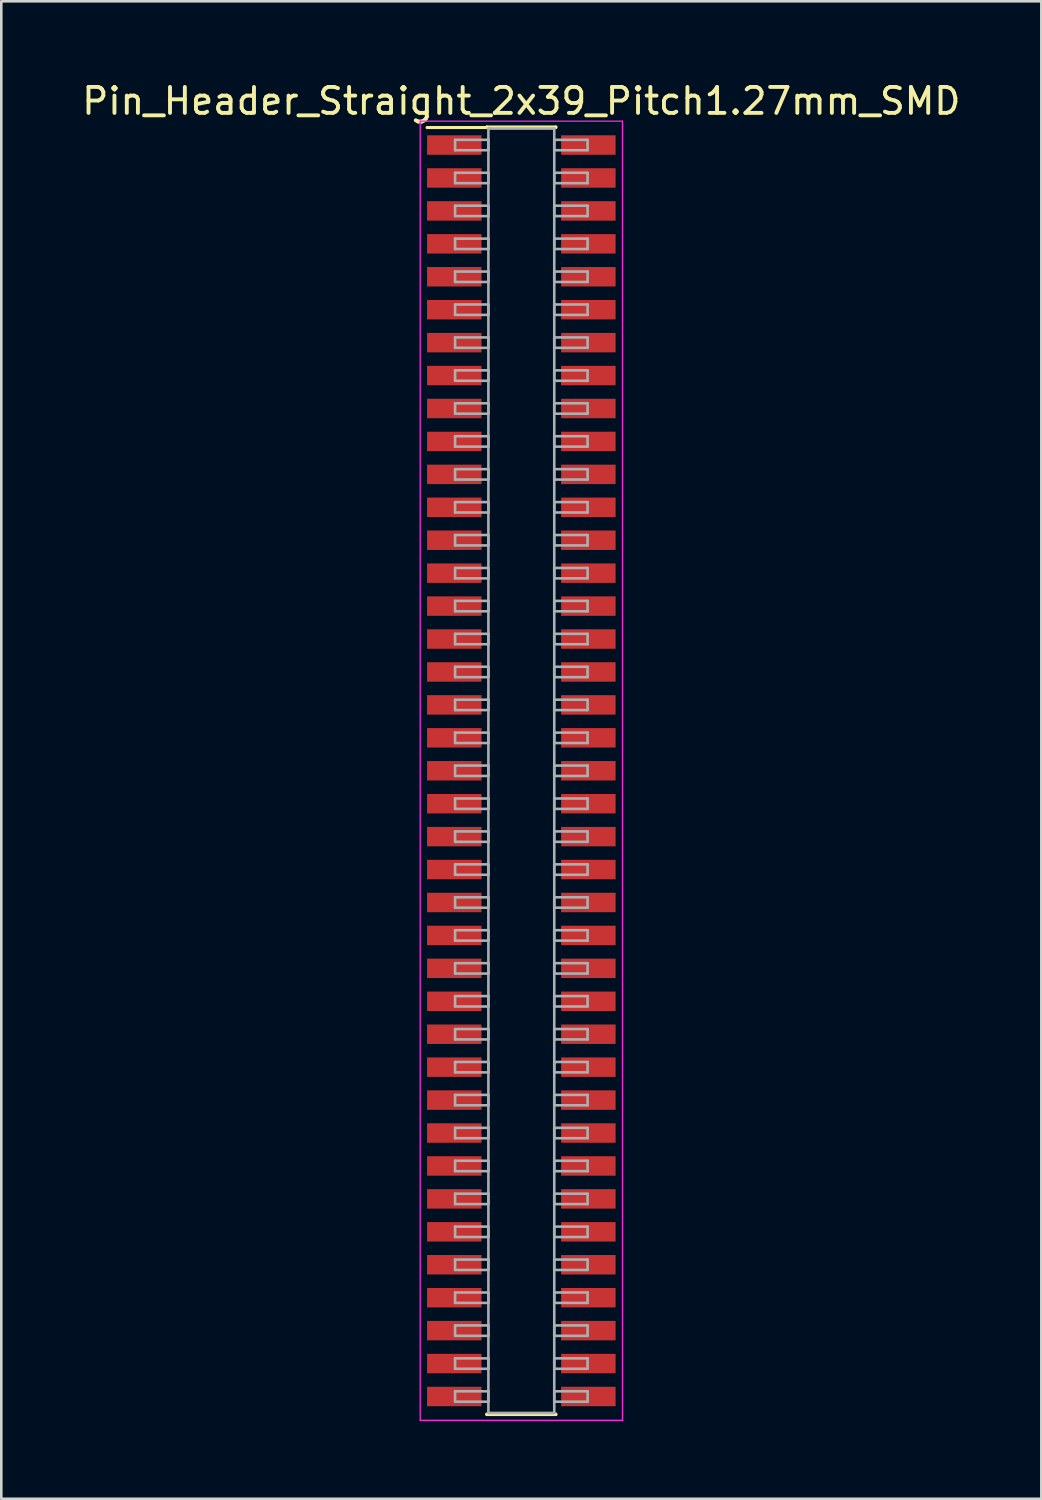
<source format=kicad_pcb>
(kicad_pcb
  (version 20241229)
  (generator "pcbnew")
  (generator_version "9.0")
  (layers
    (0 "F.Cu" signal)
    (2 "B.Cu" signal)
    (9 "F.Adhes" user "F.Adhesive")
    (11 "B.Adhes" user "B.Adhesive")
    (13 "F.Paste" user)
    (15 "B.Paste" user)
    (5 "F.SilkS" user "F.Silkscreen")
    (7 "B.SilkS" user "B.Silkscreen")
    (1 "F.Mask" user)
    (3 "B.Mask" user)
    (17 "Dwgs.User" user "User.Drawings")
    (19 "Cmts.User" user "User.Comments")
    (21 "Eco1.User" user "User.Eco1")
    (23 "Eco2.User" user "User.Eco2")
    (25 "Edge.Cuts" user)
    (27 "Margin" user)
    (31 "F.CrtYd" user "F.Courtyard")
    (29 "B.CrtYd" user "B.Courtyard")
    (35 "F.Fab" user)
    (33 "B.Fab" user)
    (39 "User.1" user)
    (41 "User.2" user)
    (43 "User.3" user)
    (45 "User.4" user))
  (footprint "Pin_Header_Straight_2x39_Pitch1.27mm_SMD"
    (layer "F.Cu")
    (at 17.054 26.673)
    (property "Reference" "Pin_Header_Straight_2x39_Pitch1.27mm_SMD" (at 0 -25.825 0) (layer "F.SilkS") (effects (font (size 1 1) (thickness 0.15))))
    (attr smd)
    (fp_line (start -3.635 -24.805) (end -1.33 -24.805) (stroke (width 0.12) (type solid)) (layer "F.SilkS"))
    (fp_line (start -1.33 -24.825) (end 1.33 -24.825) (stroke (width 0.12) (type solid)) (layer "F.SilkS"))
    (fp_line (start -1.33 -24.805) (end -1.33 -24.825) (stroke (width 0.12) (type solid)) (layer "F.SilkS"))
    (fp_line (start -1.33 24.805) (end -1.33 24.825) (stroke (width 0.12) (type solid)) (layer "F.SilkS"))
    (fp_line (start -1.33 24.825) (end 1.33 24.825) (stroke (width 0.12) (type solid)) (layer "F.SilkS"))
    (fp_line (start 1.33 -24.825) (end 1.33 -24.805) (stroke (width 0.12) (type solid)) (layer "F.SilkS"))
    (fp_line (start 1.33 24.825) (end 1.33 24.805) (stroke (width 0.12) (type solid)) (layer "F.SilkS"))
    (fp_line (start -3.9 -25.05) (end -3.9 25.05) (stroke (width 0.05) (type solid)) (layer "F.CrtYd"))
    (fp_line (start -3.9 25.05) (end 3.9 25.05) (stroke (width 0.05) (type solid)) (layer "F.CrtYd"))
    (fp_line (start 3.9 -25.05) (end -3.9 -25.05) (stroke (width 0.05) (type solid)) (layer "F.CrtYd"))
    (fp_line (start 3.9 25.05) (end 3.9 -25.05) (stroke (width 0.05) (type solid)) (layer "F.CrtYd"))
    (fp_line (start -2.555 -24.33) (end -1.27 -24.33) (stroke (width 0.1) (type solid)) (layer "F.Fab"))
    (fp_line (start -2.555 -23.93) (end -2.555 -24.33) (stroke (width 0.1) (type solid)) (layer "F.Fab"))
    (fp_line (start -2.555 -23.06) (end -1.27 -23.06) (stroke (width 0.1) (type solid)) (layer "F.Fab"))
    (fp_line (start -2.555 -22.66) (end -2.555 -23.06) (stroke (width 0.1) (type solid)) (layer "F.Fab"))
    (fp_line (start -2.555 -21.79) (end -1.27 -21.79) (stroke (width 0.1) (type solid)) (layer "F.Fab"))
    (fp_line (start -2.555 -21.39) (end -2.555 -21.79) (stroke (width 0.1) (type solid)) (layer "F.Fab"))
    (fp_line (start -2.555 -20.52) (end -1.27 -20.52) (stroke (width 0.1) (type solid)) (layer "F.Fab"))
    (fp_line (start -2.555 -20.12) (end -2.555 -20.52) (stroke (width 0.1) (type solid)) (layer "F.Fab"))
    (fp_line (start -2.555 -19.25) (end -1.27 -19.25) (stroke (width 0.1) (type solid)) (layer "F.Fab"))
    (fp_line (start -2.555 -18.85) (end -2.555 -19.25) (stroke (width 0.1) (type solid)) (layer "F.Fab"))
    (fp_line (start -2.555 -17.98) (end -1.27 -17.98) (stroke (width 0.1) (type solid)) (layer "F.Fab"))
    (fp_line (start -2.555 -17.58) (end -2.555 -17.98) (stroke (width 0.1) (type solid)) (layer "F.Fab"))
    (fp_line (start -2.555 -16.71) (end -1.27 -16.71) (stroke (width 0.1) (type solid)) (layer "F.Fab"))
    (fp_line (start -2.555 -16.31) (end -2.555 -16.71) (stroke (width 0.1) (type solid)) (layer "F.Fab"))
    (fp_line (start -2.555 -15.44) (end -1.27 -15.44) (stroke (width 0.1) (type solid)) (layer "F.Fab"))
    (fp_line (start -2.555 -15.04) (end -2.555 -15.44) (stroke (width 0.1) (type solid)) (layer "F.Fab"))
    (fp_line (start -2.555 -14.17) (end -1.27 -14.17) (stroke (width 0.1) (type solid)) (layer "F.Fab"))
    (fp_line (start -2.555 -13.77) (end -2.555 -14.17) (stroke (width 0.1) (type solid)) (layer "F.Fab"))
    (fp_line (start -2.555 -12.9) (end -1.27 -12.9) (stroke (width 0.1) (type solid)) (layer "F.Fab"))
    (fp_line (start -2.555 -12.5) (end -2.555 -12.9) (stroke (width 0.1) (type solid)) (layer "F.Fab"))
    (fp_line (start -2.555 -11.63) (end -1.27 -11.63) (stroke (width 0.1) (type solid)) (layer "F.Fab"))
    (fp_line (start -2.555 -11.23) (end -2.555 -11.63) (stroke (width 0.1) (type solid)) (layer "F.Fab"))
    (fp_line (start -2.555 -10.36) (end -1.27 -10.36) (stroke (width 0.1) (type solid)) (layer "F.Fab"))
    (fp_line (start -2.555 -9.96) (end -2.555 -10.36) (stroke (width 0.1) (type solid)) (layer "F.Fab"))
    (fp_line (start -2.555 -9.09) (end -1.27 -9.09) (stroke (width 0.1) (type solid)) (layer "F.Fab"))
    (fp_line (start -2.555 -8.69) (end -2.555 -9.09) (stroke (width 0.1) (type solid)) (layer "F.Fab"))
    (fp_line (start -2.555 -7.82) (end -1.27 -7.82) (stroke (width 0.1) (type solid)) (layer "F.Fab"))
    (fp_line (start -2.555 -7.42) (end -2.555 -7.82) (stroke (width 0.1) (type solid)) (layer "F.Fab"))
    (fp_line (start -2.555 -6.55) (end -1.27 -6.55) (stroke (width 0.1) (type solid)) (layer "F.Fab"))
    (fp_line (start -2.555 -6.15) (end -2.555 -6.55) (stroke (width 0.1) (type solid)) (layer "F.Fab"))
    (fp_line (start -2.555 -5.28) (end -1.27 -5.28) (stroke (width 0.1) (type solid)) (layer "F.Fab"))
    (fp_line (start -2.555 -4.88) (end -2.555 -5.28) (stroke (width 0.1) (type solid)) (layer "F.Fab"))
    (fp_line (start -2.555 -4.01) (end -1.27 -4.01) (stroke (width 0.1) (type solid)) (layer "F.Fab"))
    (fp_line (start -2.555 -3.61) (end -2.555 -4.01) (stroke (width 0.1) (type solid)) (layer "F.Fab"))
    (fp_line (start -2.555 -2.74) (end -1.27 -2.74) (stroke (width 0.1) (type solid)) (layer "F.Fab"))
    (fp_line (start -2.555 -2.34) (end -2.555 -2.74) (stroke (width 0.1) (type solid)) (layer "F.Fab"))
    (fp_line (start -2.555 -1.47) (end -1.27 -1.47) (stroke (width 0.1) (type solid)) (layer "F.Fab"))
    (fp_line (start -2.555 -1.07) (end -2.555 -1.47) (stroke (width 0.1) (type solid)) (layer "F.Fab"))
    (fp_line (start -2.555 -0.2) (end -1.27 -0.2) (stroke (width 0.1) (type solid)) (layer "F.Fab"))
    (fp_line (start -2.555 0.2) (end -2.555 -0.2) (stroke (width 0.1) (type solid)) (layer "F.Fab"))
    (fp_line (start -2.555 1.07) (end -1.27 1.07) (stroke (width 0.1) (type solid)) (layer "F.Fab"))
    (fp_line (start -2.555 1.47) (end -2.555 1.07) (stroke (width 0.1) (type solid)) (layer "F.Fab"))
    (fp_line (start -2.555 2.34) (end -1.27 2.34) (stroke (width 0.1) (type solid)) (layer "F.Fab"))
    (fp_line (start -2.555 2.74) (end -2.555 2.34) (stroke (width 0.1) (type solid)) (layer "F.Fab"))
    (fp_line (start -2.555 3.61) (end -1.27 3.61) (stroke (width 0.1) (type solid)) (layer "F.Fab"))
    (fp_line (start -2.555 4.01) (end -2.555 3.61) (stroke (width 0.1) (type solid)) (layer "F.Fab"))
    (fp_line (start -2.555 4.88) (end -1.27 4.88) (stroke (width 0.1) (type solid)) (layer "F.Fab"))
    (fp_line (start -2.555 5.28) (end -2.555 4.88) (stroke (width 0.1) (type solid)) (layer "F.Fab"))
    (fp_line (start -2.555 6.15) (end -1.27 6.15) (stroke (width 0.1) (type solid)) (layer "F.Fab"))
    (fp_line (start -2.555 6.55) (end -2.555 6.15) (stroke (width 0.1) (type solid)) (layer "F.Fab"))
    (fp_line (start -2.555 7.42) (end -1.27 7.42) (stroke (width 0.1) (type solid)) (layer "F.Fab"))
    (fp_line (start -2.555 7.82) (end -2.555 7.42) (stroke (width 0.1) (type solid)) (layer "F.Fab"))
    (fp_line (start -2.555 8.69) (end -1.27 8.69) (stroke (width 0.1) (type solid)) (layer "F.Fab"))
    (fp_line (start -2.555 9.09) (end -2.555 8.69) (stroke (width 0.1) (type solid)) (layer "F.Fab"))
    (fp_line (start -2.555 9.96) (end -1.27 9.96) (stroke (width 0.1) (type solid)) (layer "F.Fab"))
    (fp_line (start -2.555 10.36) (end -2.555 9.96) (stroke (width 0.1) (type solid)) (layer "F.Fab"))
    (fp_line (start -2.555 11.23) (end -1.27 11.23) (stroke (width 0.1) (type solid)) (layer "F.Fab"))
    (fp_line (start -2.555 11.63) (end -2.555 11.23) (stroke (width 0.1) (type solid)) (layer "F.Fab"))
    (fp_line (start -2.555 12.5) (end -1.27 12.5) (stroke (width 0.1) (type solid)) (layer "F.Fab"))
    (fp_line (start -2.555 12.9) (end -2.555 12.5) (stroke (width 0.1) (type solid)) (layer "F.Fab"))
    (fp_line (start -2.555 13.77) (end -1.27 13.77) (stroke (width 0.1) (type solid)) (layer "F.Fab"))
    (fp_line (start -2.555 14.17) (end -2.555 13.77) (stroke (width 0.1) (type solid)) (layer "F.Fab"))
    (fp_line (start -2.555 15.04) (end -1.27 15.04) (stroke (width 0.1) (type solid)) (layer "F.Fab"))
    (fp_line (start -2.555 15.44) (end -2.555 15.04) (stroke (width 0.1) (type solid)) (layer "F.Fab"))
    (fp_line (start -2.555 16.31) (end -1.27 16.31) (stroke (width 0.1) (type solid)) (layer "F.Fab"))
    (fp_line (start -2.555 16.71) (end -2.555 16.31) (stroke (width 0.1) (type solid)) (layer "F.Fab"))
    (fp_line (start -2.555 17.58) (end -1.27 17.58) (stroke (width 0.1) (type solid)) (layer "F.Fab"))
    (fp_line (start -2.555 17.98) (end -2.555 17.58) (stroke (width 0.1) (type solid)) (layer "F.Fab"))
    (fp_line (start -2.555 18.85) (end -1.27 18.85) (stroke (width 0.1) (type solid)) (layer "F.Fab"))
    (fp_line (start -2.555 19.25) (end -2.555 18.85) (stroke (width 0.1) (type solid)) (layer "F.Fab"))
    (fp_line (start -2.555 20.12) (end -1.27 20.12) (stroke (width 0.1) (type solid)) (layer "F.Fab"))
    (fp_line (start -2.555 20.52) (end -2.555 20.12) (stroke (width 0.1) (type solid)) (layer "F.Fab"))
    (fp_line (start -2.555 21.39) (end -1.27 21.39) (stroke (width 0.1) (type solid)) (layer "F.Fab"))
    (fp_line (start -2.555 21.79) (end -2.555 21.39) (stroke (width 0.1) (type solid)) (layer "F.Fab"))
    (fp_line (start -2.555 22.66) (end -1.27 22.66) (stroke (width 0.1) (type solid)) (layer "F.Fab"))
    (fp_line (start -2.555 23.06) (end -2.555 22.66) (stroke (width 0.1) (type solid)) (layer "F.Fab"))
    (fp_line (start -2.555 23.93) (end -1.27 23.93) (stroke (width 0.1) (type solid)) (layer "F.Fab"))
    (fp_line (start -2.555 24.33) (end -2.555 23.93) (stroke (width 0.1) (type solid)) (layer "F.Fab"))
    (fp_line (start -1.27 -24.765) (end -1.27 24.765) (stroke (width 0.1) (type solid)) (layer "F.Fab"))
    (fp_line (start -1.27 -24.33) (end -1.27 -23.93) (stroke (width 0.1) (type solid)) (layer "F.Fab"))
    (fp_line (start -1.27 -23.93) (end -2.555 -23.93) (stroke (width 0.1) (type solid)) (layer "F.Fab"))
    (fp_line (start -1.27 -23.06) (end -1.27 -22.66) (stroke (width 0.1) (type solid)) (layer "F.Fab"))
    (fp_line (start -1.27 -22.66) (end -2.555 -22.66) (stroke (width 0.1) (type solid)) (layer "F.Fab"))
    (fp_line (start -1.27 -21.79) (end -1.27 -21.39) (stroke (width 0.1) (type solid)) (layer "F.Fab"))
    (fp_line (start -1.27 -21.39) (end -2.555 -21.39) (stroke (width 0.1) (type solid)) (layer "F.Fab"))
    (fp_line (start -1.27 -20.52) (end -1.27 -20.12) (stroke (width 0.1) (type solid)) (layer "F.Fab"))
    (fp_line (start -1.27 -20.12) (end -2.555 -20.12) (stroke (width 0.1) (type solid)) (layer "F.Fab"))
    (fp_line (start -1.27 -19.25) (end -1.27 -18.85) (stroke (width 0.1) (type solid)) (layer "F.Fab"))
    (fp_line (start -1.27 -18.85) (end -2.555 -18.85) (stroke (width 0.1) (type solid)) (layer "F.Fab"))
    (fp_line (start -1.27 -17.98) (end -1.27 -17.58) (stroke (width 0.1) (type solid)) (layer "F.Fab"))
    (fp_line (start -1.27 -17.58) (end -2.555 -17.58) (stroke (width 0.1) (type solid)) (layer "F.Fab"))
    (fp_line (start -1.27 -16.71) (end -1.27 -16.31) (stroke (width 0.1) (type solid)) (layer "F.Fab"))
    (fp_line (start -1.27 -16.31) (end -2.555 -16.31) (stroke (width 0.1) (type solid)) (layer "F.Fab"))
    (fp_line (start -1.27 -15.44) (end -1.27 -15.04) (stroke (width 0.1) (type solid)) (layer "F.Fab"))
    (fp_line (start -1.27 -15.04) (end -2.555 -15.04) (stroke (width 0.1) (type solid)) (layer "F.Fab"))
    (fp_line (start -1.27 -14.17) (end -1.27 -13.77) (stroke (width 0.1) (type solid)) (layer "F.Fab"))
    (fp_line (start -1.27 -13.77) (end -2.555 -13.77) (stroke (width 0.1) (type solid)) (layer "F.Fab"))
    (fp_line (start -1.27 -12.9) (end -1.27 -12.5) (stroke (width 0.1) (type solid)) (layer "F.Fab"))
    (fp_line (start -1.27 -12.5) (end -2.555 -12.5) (stroke (width 0.1) (type solid)) (layer "F.Fab"))
    (fp_line (start -1.27 -11.63) (end -1.27 -11.23) (stroke (width 0.1) (type solid)) (layer "F.Fab"))
    (fp_line (start -1.27 -11.23) (end -2.555 -11.23) (stroke (width 0.1) (type solid)) (layer "F.Fab"))
    (fp_line (start -1.27 -10.36) (end -1.27 -9.96) (stroke (width 0.1) (type solid)) (layer "F.Fab"))
    (fp_line (start -1.27 -9.96) (end -2.555 -9.96) (stroke (width 0.1) (type solid)) (layer "F.Fab"))
    (fp_line (start -1.27 -9.09) (end -1.27 -8.69) (stroke (width 0.1) (type solid)) (layer "F.Fab"))
    (fp_line (start -1.27 -8.69) (end -2.555 -8.69) (stroke (width 0.1) (type solid)) (layer "F.Fab"))
    (fp_line (start -1.27 -7.82) (end -1.27 -7.42) (stroke (width 0.1) (type solid)) (layer "F.Fab"))
    (fp_line (start -1.27 -7.42) (end -2.555 -7.42) (stroke (width 0.1) (type solid)) (layer "F.Fab"))
    (fp_line (start -1.27 -6.55) (end -1.27 -6.15) (stroke (width 0.1) (type solid)) (layer "F.Fab"))
    (fp_line (start -1.27 -6.15) (end -2.555 -6.15) (stroke (width 0.1) (type solid)) (layer "F.Fab"))
    (fp_line (start -1.27 -5.28) (end -1.27 -4.88) (stroke (width 0.1) (type solid)) (layer "F.Fab"))
    (fp_line (start -1.27 -4.88) (end -2.555 -4.88) (stroke (width 0.1) (type solid)) (layer "F.Fab"))
    (fp_line (start -1.27 -4.01) (end -1.27 -3.61) (stroke (width 0.1) (type solid)) (layer "F.Fab"))
    (fp_line (start -1.27 -3.61) (end -2.555 -3.61) (stroke (width 0.1) (type solid)) (layer "F.Fab"))
    (fp_line (start -1.27 -2.74) (end -1.27 -2.34) (stroke (width 0.1) (type solid)) (layer "F.Fab"))
    (fp_line (start -1.27 -2.34) (end -2.555 -2.34) (stroke (width 0.1) (type solid)) (layer "F.Fab"))
    (fp_line (start -1.27 -1.47) (end -1.27 -1.07) (stroke (width 0.1) (type solid)) (layer "F.Fab"))
    (fp_line (start -1.27 -1.07) (end -2.555 -1.07) (stroke (width 0.1) (type solid)) (layer "F.Fab"))
    (fp_line (start -1.27 -0.2) (end -1.27 0.2) (stroke (width 0.1) (type solid)) (layer "F.Fab"))
    (fp_line (start -1.27 0.2) (end -2.555 0.2) (stroke (width 0.1) (type solid)) (layer "F.Fab"))
    (fp_line (start -1.27 1.07) (end -1.27 1.47) (stroke (width 0.1) (type solid)) (layer "F.Fab"))
    (fp_line (start -1.27 1.47) (end -2.555 1.47) (stroke (width 0.1) (type solid)) (layer "F.Fab"))
    (fp_line (start -1.27 2.34) (end -1.27 2.74) (stroke (width 0.1) (type solid)) (layer "F.Fab"))
    (fp_line (start -1.27 2.74) (end -2.555 2.74) (stroke (width 0.1) (type solid)) (layer "F.Fab"))
    (fp_line (start -1.27 3.61) (end -1.27 4.01) (stroke (width 0.1) (type solid)) (layer "F.Fab"))
    (fp_line (start -1.27 4.01) (end -2.555 4.01) (stroke (width 0.1) (type solid)) (layer "F.Fab"))
    (fp_line (start -1.27 4.88) (end -1.27 5.28) (stroke (width 0.1) (type solid)) (layer "F.Fab"))
    (fp_line (start -1.27 5.28) (end -2.555 5.28) (stroke (width 0.1) (type solid)) (layer "F.Fab"))
    (fp_line (start -1.27 6.15) (end -1.27 6.55) (stroke (width 0.1) (type solid)) (layer "F.Fab"))
    (fp_line (start -1.27 6.55) (end -2.555 6.55) (stroke (width 0.1) (type solid)) (layer "F.Fab"))
    (fp_line (start -1.27 7.42) (end -1.27 7.82) (stroke (width 0.1) (type solid)) (layer "F.Fab"))
    (fp_line (start -1.27 7.82) (end -2.555 7.82) (stroke (width 0.1) (type solid)) (layer "F.Fab"))
    (fp_line (start -1.27 8.69) (end -1.27 9.09) (stroke (width 0.1) (type solid)) (layer "F.Fab"))
    (fp_line (start -1.27 9.09) (end -2.555 9.09) (stroke (width 0.1) (type solid)) (layer "F.Fab"))
    (fp_line (start -1.27 9.96) (end -1.27 10.36) (stroke (width 0.1) (type solid)) (layer "F.Fab"))
    (fp_line (start -1.27 10.36) (end -2.555 10.36) (stroke (width 0.1) (type solid)) (layer "F.Fab"))
    (fp_line (start -1.27 11.23) (end -1.27 11.63) (stroke (width 0.1) (type solid)) (layer "F.Fab"))
    (fp_line (start -1.27 11.63) (end -2.555 11.63) (stroke (width 0.1) (type solid)) (layer "F.Fab"))
    (fp_line (start -1.27 12.5) (end -1.27 12.9) (stroke (width 0.1) (type solid)) (layer "F.Fab"))
    (fp_line (start -1.27 12.9) (end -2.555 12.9) (stroke (width 0.1) (type solid)) (layer "F.Fab"))
    (fp_line (start -1.27 13.77) (end -1.27 14.17) (stroke (width 0.1) (type solid)) (layer "F.Fab"))
    (fp_line (start -1.27 14.17) (end -2.555 14.17) (stroke (width 0.1) (type solid)) (layer "F.Fab"))
    (fp_line (start -1.27 15.04) (end -1.27 15.44) (stroke (width 0.1) (type solid)) (layer "F.Fab"))
    (fp_line (start -1.27 15.44) (end -2.555 15.44) (stroke (width 0.1) (type solid)) (layer "F.Fab"))
    (fp_line (start -1.27 16.31) (end -1.27 16.71) (stroke (width 0.1) (type solid)) (layer "F.Fab"))
    (fp_line (start -1.27 16.71) (end -2.555 16.71) (stroke (width 0.1) (type solid)) (layer "F.Fab"))
    (fp_line (start -1.27 17.58) (end -1.27 17.98) (stroke (width 0.1) (type solid)) (layer "F.Fab"))
    (fp_line (start -1.27 17.98) (end -2.555 17.98) (stroke (width 0.1) (type solid)) (layer "F.Fab"))
    (fp_line (start -1.27 18.85) (end -1.27 19.25) (stroke (width 0.1) (type solid)) (layer "F.Fab"))
    (fp_line (start -1.27 19.25) (end -2.555 19.25) (stroke (width 0.1) (type solid)) (layer "F.Fab"))
    (fp_line (start -1.27 20.12) (end -1.27 20.52) (stroke (width 0.1) (type solid)) (layer "F.Fab"))
    (fp_line (start -1.27 20.52) (end -2.555 20.52) (stroke (width 0.1) (type solid)) (layer "F.Fab"))
    (fp_line (start -1.27 21.39) (end -1.27 21.79) (stroke (width 0.1) (type solid)) (layer "F.Fab"))
    (fp_line (start -1.27 21.79) (end -2.555 21.79) (stroke (width 0.1) (type solid)) (layer "F.Fab"))
    (fp_line (start -1.27 22.66) (end -1.27 23.06) (stroke (width 0.1) (type solid)) (layer "F.Fab"))
    (fp_line (start -1.27 23.06) (end -2.555 23.06) (stroke (width 0.1) (type solid)) (layer "F.Fab"))
    (fp_line (start -1.27 23.93) (end -1.27 24.33) (stroke (width 0.1) (type solid)) (layer "F.Fab"))
    (fp_line (start -1.27 24.33) (end -2.555 24.33) (stroke (width 0.1) (type solid)) (layer "F.Fab"))
    (fp_line (start -1.27 24.765) (end 1.27 24.765) (stroke (width 0.1) (type solid)) (layer "F.Fab"))
    (fp_line (start 1.27 -24.765) (end -1.27 -24.765) (stroke (width 0.1) (type solid)) (layer "F.Fab"))
    (fp_line (start 1.27 -24.33) (end 1.27 -23.93) (stroke (width 0.1) (type solid)) (layer "F.Fab"))
    (fp_line (start 1.27 -23.93) (end 2.555 -23.93) (stroke (width 0.1) (type solid)) (layer "F.Fab"))
    (fp_line (start 1.27 -23.06) (end 1.27 -22.66) (stroke (width 0.1) (type solid)) (layer "F.Fab"))
    (fp_line (start 1.27 -22.66) (end 2.555 -22.66) (stroke (width 0.1) (type solid)) (layer "F.Fab"))
    (fp_line (start 1.27 -21.79) (end 1.27 -21.39) (stroke (width 0.1) (type solid)) (layer "F.Fab"))
    (fp_line (start 1.27 -21.39) (end 2.555 -21.39) (stroke (width 0.1) (type solid)) (layer "F.Fab"))
    (fp_line (start 1.27 -20.52) (end 1.27 -20.12) (stroke (width 0.1) (type solid)) (layer "F.Fab"))
    (fp_line (start 1.27 -20.12) (end 2.555 -20.12) (stroke (width 0.1) (type solid)) (layer "F.Fab"))
    (fp_line (start 1.27 -19.25) (end 1.27 -18.85) (stroke (width 0.1) (type solid)) (layer "F.Fab"))
    (fp_line (start 1.27 -18.85) (end 2.555 -18.85) (stroke (width 0.1) (type solid)) (layer "F.Fab"))
    (fp_line (start 1.27 -17.98) (end 1.27 -17.58) (stroke (width 0.1) (type solid)) (layer "F.Fab"))
    (fp_line (start 1.27 -17.58) (end 2.555 -17.58) (stroke (width 0.1) (type solid)) (layer "F.Fab"))
    (fp_line (start 1.27 -16.71) (end 1.27 -16.31) (stroke (width 0.1) (type solid)) (layer "F.Fab"))
    (fp_line (start 1.27 -16.31) (end 2.555 -16.31) (stroke (width 0.1) (type solid)) (layer "F.Fab"))
    (fp_line (start 1.27 -15.44) (end 1.27 -15.04) (stroke (width 0.1) (type solid)) (layer "F.Fab"))
    (fp_line (start 1.27 -15.04) (end 2.555 -15.04) (stroke (width 0.1) (type solid)) (layer "F.Fab"))
    (fp_line (start 1.27 -14.17) (end 1.27 -13.77) (stroke (width 0.1) (type solid)) (layer "F.Fab"))
    (fp_line (start 1.27 -13.77) (end 2.555 -13.77) (stroke (width 0.1) (type solid)) (layer "F.Fab"))
    (fp_line (start 1.27 -12.9) (end 1.27 -12.5) (stroke (width 0.1) (type solid)) (layer "F.Fab"))
    (fp_line (start 1.27 -12.5) (end 2.555 -12.5) (stroke (width 0.1) (type solid)) (layer "F.Fab"))
    (fp_line (start 1.27 -11.63) (end 1.27 -11.23) (stroke (width 0.1) (type solid)) (layer "F.Fab"))
    (fp_line (start 1.27 -11.23) (end 2.555 -11.23) (stroke (width 0.1) (type solid)) (layer "F.Fab"))
    (fp_line (start 1.27 -10.36) (end 1.27 -9.96) (stroke (width 0.1) (type solid)) (layer "F.Fab"))
    (fp_line (start 1.27 -9.96) (end 2.555 -9.96) (stroke (width 0.1) (type solid)) (layer "F.Fab"))
    (fp_line (start 1.27 -9.09) (end 1.27 -8.69) (stroke (width 0.1) (type solid)) (layer "F.Fab"))
    (fp_line (start 1.27 -8.69) (end 2.555 -8.69) (stroke (width 0.1) (type solid)) (layer "F.Fab"))
    (fp_line (start 1.27 -7.82) (end 1.27 -7.42) (stroke (width 0.1) (type solid)) (layer "F.Fab"))
    (fp_line (start 1.27 -7.42) (end 2.555 -7.42) (stroke (width 0.1) (type solid)) (layer "F.Fab"))
    (fp_line (start 1.27 -6.55) (end 1.27 -6.15) (stroke (width 0.1) (type solid)) (layer "F.Fab"))
    (fp_line (start 1.27 -6.15) (end 2.555 -6.15) (stroke (width 0.1) (type solid)) (layer "F.Fab"))
    (fp_line (start 1.27 -5.28) (end 1.27 -4.88) (stroke (width 0.1) (type solid)) (layer "F.Fab"))
    (fp_line (start 1.27 -4.88) (end 2.555 -4.88) (stroke (width 0.1) (type solid)) (layer "F.Fab"))
    (fp_line (start 1.27 -4.01) (end 1.27 -3.61) (stroke (width 0.1) (type solid)) (layer "F.Fab"))
    (fp_line (start 1.27 -3.61) (end 2.555 -3.61) (stroke (width 0.1) (type solid)) (layer "F.Fab"))
    (fp_line (start 1.27 -2.74) (end 1.27 -2.34) (stroke (width 0.1) (type solid)) (layer "F.Fab"))
    (fp_line (start 1.27 -2.34) (end 2.555 -2.34) (stroke (width 0.1) (type solid)) (layer "F.Fab"))
    (fp_line (start 1.27 -1.47) (end 1.27 -1.07) (stroke (width 0.1) (type solid)) (layer "F.Fab"))
    (fp_line (start 1.27 -1.07) (end 2.555 -1.07) (stroke (width 0.1) (type solid)) (layer "F.Fab"))
    (fp_line (start 1.27 -0.2) (end 1.27 0.2) (stroke (width 0.1) (type solid)) (layer "F.Fab"))
    (fp_line (start 1.27 0.2) (end 2.555 0.2) (stroke (width 0.1) (type solid)) (layer "F.Fab"))
    (fp_line (start 1.27 1.07) (end 1.27 1.47) (stroke (width 0.1) (type solid)) (layer "F.Fab"))
    (fp_line (start 1.27 1.47) (end 2.555 1.47) (stroke (width 0.1) (type solid)) (layer "F.Fab"))
    (fp_line (start 1.27 2.34) (end 1.27 2.74) (stroke (width 0.1) (type solid)) (layer "F.Fab"))
    (fp_line (start 1.27 2.74) (end 2.555 2.74) (stroke (width 0.1) (type solid)) (layer "F.Fab"))
    (fp_line (start 1.27 3.61) (end 1.27 4.01) (stroke (width 0.1) (type solid)) (layer "F.Fab"))
    (fp_line (start 1.27 4.01) (end 2.555 4.01) (stroke (width 0.1) (type solid)) (layer "F.Fab"))
    (fp_line (start 1.27 4.88) (end 1.27 5.28) (stroke (width 0.1) (type solid)) (layer "F.Fab"))
    (fp_line (start 1.27 5.28) (end 2.555 5.28) (stroke (width 0.1) (type solid)) (layer "F.Fab"))
    (fp_line (start 1.27 6.15) (end 1.27 6.55) (stroke (width 0.1) (type solid)) (layer "F.Fab"))
    (fp_line (start 1.27 6.55) (end 2.555 6.55) (stroke (width 0.1) (type solid)) (layer "F.Fab"))
    (fp_line (start 1.27 7.42) (end 1.27 7.82) (stroke (width 0.1) (type solid)) (layer "F.Fab"))
    (fp_line (start 1.27 7.82) (end 2.555 7.82) (stroke (width 0.1) (type solid)) (layer "F.Fab"))
    (fp_line (start 1.27 8.69) (end 1.27 9.09) (stroke (width 0.1) (type solid)) (layer "F.Fab"))
    (fp_line (start 1.27 9.09) (end 2.555 9.09) (stroke (width 0.1) (type solid)) (layer "F.Fab"))
    (fp_line (start 1.27 9.96) (end 1.27 10.36) (stroke (width 0.1) (type solid)) (layer "F.Fab"))
    (fp_line (start 1.27 10.36) (end 2.555 10.36) (stroke (width 0.1) (type solid)) (layer "F.Fab"))
    (fp_line (start 1.27 11.23) (end 1.27 11.63) (stroke (width 0.1) (type solid)) (layer "F.Fab"))
    (fp_line (start 1.27 11.63) (end 2.555 11.63) (stroke (width 0.1) (type solid)) (layer "F.Fab"))
    (fp_line (start 1.27 12.5) (end 1.27 12.9) (stroke (width 0.1) (type solid)) (layer "F.Fab"))
    (fp_line (start 1.27 12.9) (end 2.555 12.9) (stroke (width 0.1) (type solid)) (layer "F.Fab"))
    (fp_line (start 1.27 13.77) (end 1.27 14.17) (stroke (width 0.1) (type solid)) (layer "F.Fab"))
    (fp_line (start 1.27 14.17) (end 2.555 14.17) (stroke (width 0.1) (type solid)) (layer "F.Fab"))
    (fp_line (start 1.27 15.04) (end 1.27 15.44) (stroke (width 0.1) (type solid)) (layer "F.Fab"))
    (fp_line (start 1.27 15.44) (end 2.555 15.44) (stroke (width 0.1) (type solid)) (layer "F.Fab"))
    (fp_line (start 1.27 16.31) (end 1.27 16.71) (stroke (width 0.1) (type solid)) (layer "F.Fab"))
    (fp_line (start 1.27 16.71) (end 2.555 16.71) (stroke (width 0.1) (type solid)) (layer "F.Fab"))
    (fp_line (start 1.27 17.58) (end 1.27 17.98) (stroke (width 0.1) (type solid)) (layer "F.Fab"))
    (fp_line (start 1.27 17.98) (end 2.555 17.98) (stroke (width 0.1) (type solid)) (layer "F.Fab"))
    (fp_line (start 1.27 18.85) (end 1.27 19.25) (stroke (width 0.1) (type solid)) (layer "F.Fab"))
    (fp_line (start 1.27 19.25) (end 2.555 19.25) (stroke (width 0.1) (type solid)) (layer "F.Fab"))
    (fp_line (start 1.27 20.12) (end 1.27 20.52) (stroke (width 0.1) (type solid)) (layer "F.Fab"))
    (fp_line (start 1.27 20.52) (end 2.555 20.52) (stroke (width 0.1) (type solid)) (layer "F.Fab"))
    (fp_line (start 1.27 21.39) (end 1.27 21.79) (stroke (width 0.1) (type solid)) (layer "F.Fab"))
    (fp_line (start 1.27 21.79) (end 2.555 21.79) (stroke (width 0.1) (type solid)) (layer "F.Fab"))
    (fp_line (start 1.27 22.66) (end 1.27 23.06) (stroke (width 0.1) (type solid)) (layer "F.Fab"))
    (fp_line (start 1.27 23.06) (end 2.555 23.06) (stroke (width 0.1) (type solid)) (layer "F.Fab"))
    (fp_line (start 1.27 23.93) (end 1.27 24.33) (stroke (width 0.1) (type solid)) (layer "F.Fab"))
    (fp_line (start 1.27 24.33) (end 2.555 24.33) (stroke (width 0.1) (type solid)) (layer "F.Fab"))
    (fp_line (start 1.27 24.765) (end 1.27 -24.765) (stroke (width 0.1) (type solid)) (layer "F.Fab"))
    (fp_line (start 2.555 -24.33) (end 1.27 -24.33) (stroke (width 0.1) (type solid)) (layer "F.Fab"))
    (fp_line (start 2.555 -23.93) (end 2.555 -24.33) (stroke (width 0.1) (type solid)) (layer "F.Fab"))
    (fp_line (start 2.555 -23.06) (end 1.27 -23.06) (stroke (width 0.1) (type solid)) (layer "F.Fab"))
    (fp_line (start 2.555 -22.66) (end 2.555 -23.06) (stroke (width 0.1) (type solid)) (layer "F.Fab"))
    (fp_line (start 2.555 -21.79) (end 1.27 -21.79) (stroke (width 0.1) (type solid)) (layer "F.Fab"))
    (fp_line (start 2.555 -21.39) (end 2.555 -21.79) (stroke (width 0.1) (type solid)) (layer "F.Fab"))
    (fp_line (start 2.555 -20.52) (end 1.27 -20.52) (stroke (width 0.1) (type solid)) (layer "F.Fab"))
    (fp_line (start 2.555 -20.12) (end 2.555 -20.52) (stroke (width 0.1) (type solid)) (layer "F.Fab"))
    (fp_line (start 2.555 -19.25) (end 1.27 -19.25) (stroke (width 0.1) (type solid)) (layer "F.Fab"))
    (fp_line (start 2.555 -18.85) (end 2.555 -19.25) (stroke (width 0.1) (type solid)) (layer "F.Fab"))
    (fp_line (start 2.555 -17.98) (end 1.27 -17.98) (stroke (width 0.1) (type solid)) (layer "F.Fab"))
    (fp_line (start 2.555 -17.58) (end 2.555 -17.98) (stroke (width 0.1) (type solid)) (layer "F.Fab"))
    (fp_line (start 2.555 -16.71) (end 1.27 -16.71) (stroke (width 0.1) (type solid)) (layer "F.Fab"))
    (fp_line (start 2.555 -16.31) (end 2.555 -16.71) (stroke (width 0.1) (type solid)) (layer "F.Fab"))
    (fp_line (start 2.555 -15.44) (end 1.27 -15.44) (stroke (width 0.1) (type solid)) (layer "F.Fab"))
    (fp_line (start 2.555 -15.04) (end 2.555 -15.44) (stroke (width 0.1) (type solid)) (layer "F.Fab"))
    (fp_line (start 2.555 -14.17) (end 1.27 -14.17) (stroke (width 0.1) (type solid)) (layer "F.Fab"))
    (fp_line (start 2.555 -13.77) (end 2.555 -14.17) (stroke (width 0.1) (type solid)) (layer "F.Fab"))
    (fp_line (start 2.555 -12.9) (end 1.27 -12.9) (stroke (width 0.1) (type solid)) (layer "F.Fab"))
    (fp_line (start 2.555 -12.5) (end 2.555 -12.9) (stroke (width 0.1) (type solid)) (layer "F.Fab"))
    (fp_line (start 2.555 -11.63) (end 1.27 -11.63) (stroke (width 0.1) (type solid)) (layer "F.Fab"))
    (fp_line (start 2.555 -11.23) (end 2.555 -11.63) (stroke (width 0.1) (type solid)) (layer "F.Fab"))
    (fp_line (start 2.555 -10.36) (end 1.27 -10.36) (stroke (width 0.1) (type solid)) (layer "F.Fab"))
    (fp_line (start 2.555 -9.96) (end 2.555 -10.36) (stroke (width 0.1) (type solid)) (layer "F.Fab"))
    (fp_line (start 2.555 -9.09) (end 1.27 -9.09) (stroke (width 0.1) (type solid)) (layer "F.Fab"))
    (fp_line (start 2.555 -8.69) (end 2.555 -9.09) (stroke (width 0.1) (type solid)) (layer "F.Fab"))
    (fp_line (start 2.555 -7.82) (end 1.27 -7.82) (stroke (width 0.1) (type solid)) (layer "F.Fab"))
    (fp_line (start 2.555 -7.42) (end 2.555 -7.82) (stroke (width 0.1) (type solid)) (layer "F.Fab"))
    (fp_line (start 2.555 -6.55) (end 1.27 -6.55) (stroke (width 0.1) (type solid)) (layer "F.Fab"))
    (fp_line (start 2.555 -6.15) (end 2.555 -6.55) (stroke (width 0.1) (type solid)) (layer "F.Fab"))
    (fp_line (start 2.555 -5.28) (end 1.27 -5.28) (stroke (width 0.1) (type solid)) (layer "F.Fab"))
    (fp_line (start 2.555 -4.88) (end 2.555 -5.28) (stroke (width 0.1) (type solid)) (layer "F.Fab"))
    (fp_line (start 2.555 -4.01) (end 1.27 -4.01) (stroke (width 0.1) (type solid)) (layer "F.Fab"))
    (fp_line (start 2.555 -3.61) (end 2.555 -4.01) (stroke (width 0.1) (type solid)) (layer "F.Fab"))
    (fp_line (start 2.555 -2.74) (end 1.27 -2.74) (stroke (width 0.1) (type solid)) (layer "F.Fab"))
    (fp_line (start 2.555 -2.34) (end 2.555 -2.74) (stroke (width 0.1) (type solid)) (layer "F.Fab"))
    (fp_line (start 2.555 -1.47) (end 1.27 -1.47) (stroke (width 0.1) (type solid)) (layer "F.Fab"))
    (fp_line (start 2.555 -1.07) (end 2.555 -1.47) (stroke (width 0.1) (type solid)) (layer "F.Fab"))
    (fp_line (start 2.555 -0.2) (end 1.27 -0.2) (stroke (width 0.1) (type solid)) (layer "F.Fab"))
    (fp_line (start 2.555 0.2) (end 2.555 -0.2) (stroke (width 0.1) (type solid)) (layer "F.Fab"))
    (fp_line (start 2.555 1.07) (end 1.27 1.07) (stroke (width 0.1) (type solid)) (layer "F.Fab"))
    (fp_line (start 2.555 1.47) (end 2.555 1.07) (stroke (width 0.1) (type solid)) (layer "F.Fab"))
    (fp_line (start 2.555 2.34) (end 1.27 2.34) (stroke (width 0.1) (type solid)) (layer "F.Fab"))
    (fp_line (start 2.555 2.74) (end 2.555 2.34) (stroke (width 0.1) (type solid)) (layer "F.Fab"))
    (fp_line (start 2.555 3.61) (end 1.27 3.61) (stroke (width 0.1) (type solid)) (layer "F.Fab"))
    (fp_line (start 2.555 4.01) (end 2.555 3.61) (stroke (width 0.1) (type solid)) (layer "F.Fab"))
    (fp_line (start 2.555 4.88) (end 1.27 4.88) (stroke (width 0.1) (type solid)) (layer "F.Fab"))
    (fp_line (start 2.555 5.28) (end 2.555 4.88) (stroke (width 0.1) (type solid)) (layer "F.Fab"))
    (fp_line (start 2.555 6.15) (end 1.27 6.15) (stroke (width 0.1) (type solid)) (layer "F.Fab"))
    (fp_line (start 2.555 6.55) (end 2.555 6.15) (stroke (width 0.1) (type solid)) (layer "F.Fab"))
    (fp_line (start 2.555 7.42) (end 1.27 7.42) (stroke (width 0.1) (type solid)) (layer "F.Fab"))
    (fp_line (start 2.555 7.82) (end 2.555 7.42) (stroke (width 0.1) (type solid)) (layer "F.Fab"))
    (fp_line (start 2.555 8.69) (end 1.27 8.69) (stroke (width 0.1) (type solid)) (layer "F.Fab"))
    (fp_line (start 2.555 9.09) (end 2.555 8.69) (stroke (width 0.1) (type solid)) (layer "F.Fab"))
    (fp_line (start 2.555 9.96) (end 1.27 9.96) (stroke (width 0.1) (type solid)) (layer "F.Fab"))
    (fp_line (start 2.555 10.36) (end 2.555 9.96) (stroke (width 0.1) (type solid)) (layer "F.Fab"))
    (fp_line (start 2.555 11.23) (end 1.27 11.23) (stroke (width 0.1) (type solid)) (layer "F.Fab"))
    (fp_line (start 2.555 11.63) (end 2.555 11.23) (stroke (width 0.1) (type solid)) (layer "F.Fab"))
    (fp_line (start 2.555 12.5) (end 1.27 12.5) (stroke (width 0.1) (type solid)) (layer "F.Fab"))
    (fp_line (start 2.555 12.9) (end 2.555 12.5) (stroke (width 0.1) (type solid)) (layer "F.Fab"))
    (fp_line (start 2.555 13.77) (end 1.27 13.77) (stroke (width 0.1) (type solid)) (layer "F.Fab"))
    (fp_line (start 2.555 14.17) (end 2.555 13.77) (stroke (width 0.1) (type solid)) (layer "F.Fab"))
    (fp_line (start 2.555 15.04) (end 1.27 15.04) (stroke (width 0.1) (type solid)) (layer "F.Fab"))
    (fp_line (start 2.555 15.44) (end 2.555 15.04) (stroke (width 0.1) (type solid)) (layer "F.Fab"))
    (fp_line (start 2.555 16.31) (end 1.27 16.31) (stroke (width 0.1) (type solid)) (layer "F.Fab"))
    (fp_line (start 2.555 16.71) (end 2.555 16.31) (stroke (width 0.1) (type solid)) (layer "F.Fab"))
    (fp_line (start 2.555 17.58) (end 1.27 17.58) (stroke (width 0.1) (type solid)) (layer "F.Fab"))
    (fp_line (start 2.555 17.98) (end 2.555 17.58) (stroke (width 0.1) (type solid)) (layer "F.Fab"))
    (fp_line (start 2.555 18.85) (end 1.27 18.85) (stroke (width 0.1) (type solid)) (layer "F.Fab"))
    (fp_line (start 2.555 19.25) (end 2.555 18.85) (stroke (width 0.1) (type solid)) (layer "F.Fab"))
    (fp_line (start 2.555 20.12) (end 1.27 20.12) (stroke (width 0.1) (type solid)) (layer "F.Fab"))
    (fp_line (start 2.555 20.52) (end 2.555 20.12) (stroke (width 0.1) (type solid)) (layer "F.Fab"))
    (fp_line (start 2.555 21.39) (end 1.27 21.39) (stroke (width 0.1) (type solid)) (layer "F.Fab"))
    (fp_line (start 2.555 21.79) (end 2.555 21.39) (stroke (width 0.1) (type solid)) (layer "F.Fab"))
    (fp_line (start 2.555 22.66) (end 1.27 22.66) (stroke (width 0.1) (type solid)) (layer "F.Fab"))
    (fp_line (start 2.555 23.06) (end 2.555 22.66) (stroke (width 0.1) (type solid)) (layer "F.Fab"))
    (fp_line (start 2.555 23.93) (end 1.27 23.93) (stroke (width 0.1) (type solid)) (layer "F.Fab"))
    (fp_line (start 2.555 24.33) (end 2.555 23.93) (stroke (width 0.1) (type solid)) (layer "F.Fab"))
    (pad "1" smd rect (at -2.585 -24.13) (size 2.1 0.75) (layers "F.Cu" "F.Mask"))
    (pad "2" smd rect (at 2.585 -24.13) (size 2.1 0.75) (layers "F.Cu" "F.Mask"))
    (pad "3" smd rect (at -2.585 -22.86) (size 2.1 0.75) (layers "F.Cu" "F.Mask"))
    (pad "4" smd rect (at 2.585 -22.86) (size 2.1 0.75) (layers "F.Cu" "F.Mask"))
    (pad "5" smd rect (at -2.585 -21.59) (size 2.1 0.75) (layers "F.Cu" "F.Mask"))
    (pad "6" smd rect (at 2.585 -21.59) (size 2.1 0.75) (layers "F.Cu" "F.Mask"))
    (pad "7" smd rect (at -2.585 -20.32) (size 2.1 0.75) (layers "F.Cu" "F.Mask"))
    (pad "8" smd rect (at 2.585 -20.32) (size 2.1 0.75) (layers "F.Cu" "F.Mask"))
    (pad "9" smd rect (at -2.585 -19.05) (size 2.1 0.75) (layers "F.Cu" "F.Mask"))
    (pad "10" smd rect (at 2.585 -19.05) (size 2.1 0.75) (layers "F.Cu" "F.Mask"))
    (pad "11" smd rect (at -2.585 -17.78) (size 2.1 0.75) (layers "F.Cu" "F.Mask"))
    (pad "12" smd rect (at 2.585 -17.78) (size 2.1 0.75) (layers "F.Cu" "F.Mask"))
    (pad "13" smd rect (at -2.585 -16.51) (size 2.1 0.75) (layers "F.Cu" "F.Mask"))
    (pad "14" smd rect (at 2.585 -16.51) (size 2.1 0.75) (layers "F.Cu" "F.Mask"))
    (pad "15" smd rect (at -2.585 -15.24) (size 2.1 0.75) (layers "F.Cu" "F.Mask"))
    (pad "16" smd rect (at 2.585 -15.24) (size 2.1 0.75) (layers "F.Cu" "F.Mask"))
    (pad "17" smd rect (at -2.585 -13.97) (size 2.1 0.75) (layers "F.Cu" "F.Mask"))
    (pad "18" smd rect (at 2.585 -13.97) (size 2.1 0.75) (layers "F.Cu" "F.Mask"))
    (pad "19" smd rect (at -2.585 -12.7) (size 2.1 0.75) (layers "F.Cu" "F.Mask"))
    (pad "20" smd rect (at 2.585 -12.7) (size 2.1 0.75) (layers "F.Cu" "F.Mask"))
    (pad "21" smd rect (at -2.585 -11.43) (size 2.1 0.75) (layers "F.Cu" "F.Mask"))
    (pad "22" smd rect (at 2.585 -11.43) (size 2.1 0.75) (layers "F.Cu" "F.Mask"))
    (pad "23" smd rect (at -2.585 -10.16) (size 2.1 0.75) (layers "F.Cu" "F.Mask"))
    (pad "24" smd rect (at 2.585 -10.16) (size 2.1 0.75) (layers "F.Cu" "F.Mask"))
    (pad "25" smd rect (at -2.585 -8.89) (size 2.1 0.75) (layers "F.Cu" "F.Mask"))
    (pad "26" smd rect (at 2.585 -8.89) (size 2.1 0.75) (layers "F.Cu" "F.Mask"))
    (pad "27" smd rect (at -2.585 -7.62) (size 2.1 0.75) (layers "F.Cu" "F.Mask"))
    (pad "28" smd rect (at 2.585 -7.62) (size 2.1 0.75) (layers "F.Cu" "F.Mask"))
    (pad "29" smd rect (at -2.585 -6.35) (size 2.1 0.75) (layers "F.Cu" "F.Mask"))
    (pad "30" smd rect (at 2.585 -6.35) (size 2.1 0.75) (layers "F.Cu" "F.Mask"))
    (pad "31" smd rect (at -2.585 -5.08) (size 2.1 0.75) (layers "F.Cu" "F.Mask"))
    (pad "32" smd rect (at 2.585 -5.08) (size 2.1 0.75) (layers "F.Cu" "F.Mask"))
    (pad "33" smd rect (at -2.585 -3.81) (size 2.1 0.75) (layers "F.Cu" "F.Mask"))
    (pad "34" smd rect (at 2.585 -3.81) (size 2.1 0.75) (layers "F.Cu" "F.Mask"))
    (pad "35" smd rect (at -2.585 -2.54) (size 2.1 0.75) (layers "F.Cu" "F.Mask"))
    (pad "36" smd rect (at 2.585 -2.54) (size 2.1 0.75) (layers "F.Cu" "F.Mask"))
    (pad "37" smd rect (at -2.585 -1.27) (size 2.1 0.75) (layers "F.Cu" "F.Mask"))
    (pad "38" smd rect (at 2.585 -1.27) (size 2.1 0.75) (layers "F.Cu" "F.Mask"))
    (pad "39" smd rect (at -2.585 0) (size 2.1 0.75) (layers "F.Cu" "F.Mask"))
    (pad "40" smd rect (at 2.585 0) (size 2.1 0.75) (layers "F.Cu" "F.Mask"))
    (pad "41" smd rect (at -2.585 1.27) (size 2.1 0.75) (layers "F.Cu" "F.Mask"))
    (pad "42" smd rect (at 2.585 1.27) (size 2.1 0.75) (layers "F.Cu" "F.Mask"))
    (pad "43" smd rect (at -2.585 2.54) (size 2.1 0.75) (layers "F.Cu" "F.Mask"))
    (pad "44" smd rect (at 2.585 2.54) (size 2.1 0.75) (layers "F.Cu" "F.Mask"))
    (pad "45" smd rect (at -2.585 3.81) (size 2.1 0.75) (layers "F.Cu" "F.Mask"))
    (pad "46" smd rect (at 2.585 3.81) (size 2.1 0.75) (layers "F.Cu" "F.Mask"))
    (pad "47" smd rect (at -2.585 5.08) (size 2.1 0.75) (layers "F.Cu" "F.Mask"))
    (pad "48" smd rect (at 2.585 5.08) (size 2.1 0.75) (layers "F.Cu" "F.Mask"))
    (pad "49" smd rect (at -2.585 6.35) (size 2.1 0.75) (layers "F.Cu" "F.Mask"))
    (pad "50" smd rect (at 2.585 6.35) (size 2.1 0.75) (layers "F.Cu" "F.Mask"))
    (pad "51" smd rect (at -2.585 7.62) (size 2.1 0.75) (layers "F.Cu" "F.Mask"))
    (pad "52" smd rect (at 2.585 7.62) (size 2.1 0.75) (layers "F.Cu" "F.Mask"))
    (pad "53" smd rect (at -2.585 8.89) (size 2.1 0.75) (layers "F.Cu" "F.Mask"))
    (pad "54" smd rect (at 2.585 8.89) (size 2.1 0.75) (layers "F.Cu" "F.Mask"))
    (pad "55" smd rect (at -2.585 10.16) (size 2.1 0.75) (layers "F.Cu" "F.Mask"))
    (pad "56" smd rect (at 2.585 10.16) (size 2.1 0.75) (layers "F.Cu" "F.Mask"))
    (pad "57" smd rect (at -2.585 11.43) (size 2.1 0.75) (layers "F.Cu" "F.Mask"))
    (pad "58" smd rect (at 2.585 11.43) (size 2.1 0.75) (layers "F.Cu" "F.Mask"))
    (pad "59" smd rect (at -2.585 12.7) (size 2.1 0.75) (layers "F.Cu" "F.Mask"))
    (pad "60" smd rect (at 2.585 12.7) (size 2.1 0.75) (layers "F.Cu" "F.Mask"))
    (pad "61" smd rect (at -2.585 13.97) (size 2.1 0.75) (layers "F.Cu" "F.Mask"))
    (pad "62" smd rect (at 2.585 13.97) (size 2.1 0.75) (layers "F.Cu" "F.Mask"))
    (pad "63" smd rect (at -2.585 15.24) (size 2.1 0.75) (layers "F.Cu" "F.Mask"))
    (pad "64" smd rect (at 2.585 15.24) (size 2.1 0.75) (layers "F.Cu" "F.Mask"))
    (pad "65" smd rect (at -2.585 16.51) (size 2.1 0.75) (layers "F.Cu" "F.Mask"))
    (pad "66" smd rect (at 2.585 16.51) (size 2.1 0.75) (layers "F.Cu" "F.Mask"))
    (pad "67" smd rect (at -2.585 17.78) (size 2.1 0.75) (layers "F.Cu" "F.Mask"))
    (pad "68" smd rect (at 2.585 17.78) (size 2.1 0.75) (layers "F.Cu" "F.Mask"))
    (pad "69" smd rect (at -2.585 19.05) (size 2.1 0.75) (layers "F.Cu" "F.Mask"))
    (pad "70" smd rect (at 2.585 19.05) (size 2.1 0.75) (layers "F.Cu" "F.Mask"))
    (pad "71" smd rect (at -2.585 20.32) (size 2.1 0.75) (layers "F.Cu" "F.Mask"))
    (pad "72" smd rect (at 2.585 20.32) (size 2.1 0.75) (layers "F.Cu" "F.Mask"))
    (pad "73" smd rect (at -2.585 21.59) (size 2.1 0.75) (layers "F.Cu" "F.Mask"))
    (pad "74" smd rect (at 2.585 21.59) (size 2.1 0.75) (layers "F.Cu" "F.Mask"))
    (pad "75" smd rect (at -2.585 22.86) (size 2.1 0.75) (layers "F.Cu" "F.Mask"))
    (pad "76" smd rect (at 2.585 22.86) (size 2.1 0.75) (layers "F.Cu" "F.Mask"))
    (pad "77" smd rect (at -2.585 24.13) (size 2.1 0.75) (layers "F.Cu" "F.Mask"))
    (pad "78" smd rect (at 2.585 24.13) (size 2.1 0.75) (layers "F.Cu" "F.Mask")))
  (gr_rect
    (start -3 -3)
    (end 37.107 54.748)
    (stroke (width 0.1) (type default))
    (fill no)
    (layer "Edge.Cuts")))
</source>
